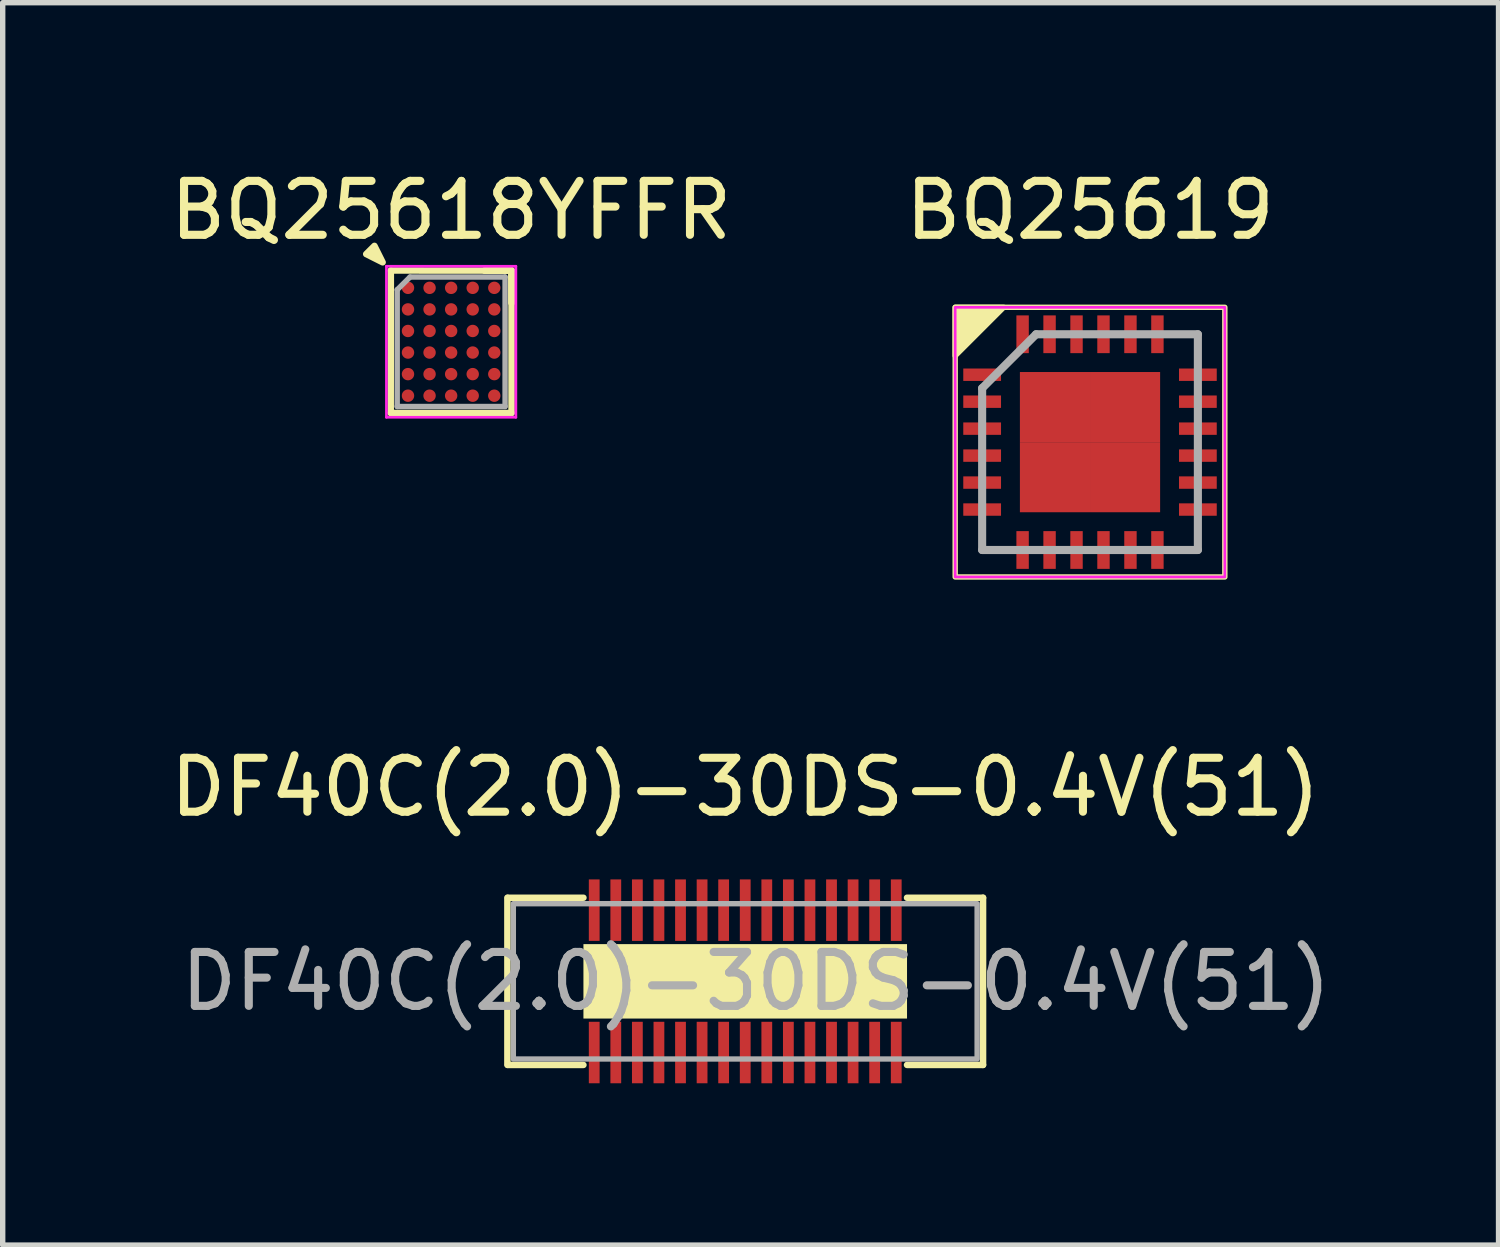
<source format=kicad_pcb>
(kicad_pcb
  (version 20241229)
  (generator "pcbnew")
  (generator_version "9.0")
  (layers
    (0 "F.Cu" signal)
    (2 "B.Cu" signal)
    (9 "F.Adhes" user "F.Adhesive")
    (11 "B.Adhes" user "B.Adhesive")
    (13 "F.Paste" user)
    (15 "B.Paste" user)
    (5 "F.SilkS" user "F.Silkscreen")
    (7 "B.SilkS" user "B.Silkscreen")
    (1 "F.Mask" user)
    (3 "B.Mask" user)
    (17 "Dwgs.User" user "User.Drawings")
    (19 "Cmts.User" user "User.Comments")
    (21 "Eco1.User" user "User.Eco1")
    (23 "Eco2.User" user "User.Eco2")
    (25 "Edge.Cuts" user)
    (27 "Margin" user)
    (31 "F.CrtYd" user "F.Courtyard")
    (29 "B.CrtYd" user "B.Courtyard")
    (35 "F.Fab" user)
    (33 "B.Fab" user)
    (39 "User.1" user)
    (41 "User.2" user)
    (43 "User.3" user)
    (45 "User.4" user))
  (footprint "DF40C(2.0)-30DS-0.4V(51)"
    (layer "F.Cu")
    (at 10.768 15.146)
    (property "Reference" "DF40C(2.0)-30DS-0.4V(51)" (at 0 -3.6 0) (layer "F.SilkS") (effects (font (size 1 1) (thickness 0.15))))
    (attr smd)
    (fp_line (start -4.41 -1.55) (end -4.41 1.55) (stroke (width 0.12) (type solid)) (layer "F.SilkS"))
    (fp_line (start -3 -1.55) (end -4.4 -1.55) (stroke (width 0.12) (type solid)) (layer "F.SilkS"))
    (fp_line (start -3 1.55) (end -4.4 1.55) (stroke (width 0.12) (type solid)) (layer "F.SilkS"))
    (fp_line (start 3 -1.55) (end 4.41 -1.55) (stroke (width 0.12) (type solid)) (layer "F.SilkS"))
    (fp_line (start 3 1.55) (end 4.41 1.55) (stroke (width 0.12) (type solid)) (layer "F.SilkS"))
    (fp_line (start 4.41 1.55) (end 4.41 -1.55) (stroke (width 0.12) (type solid)) (layer "F.SilkS"))
    (fp_rect (start -3 -0.69) (end 3 0.69) (stroke (width 0) (type solid)) (fill yes) (layer "F.SilkS"))
    (fp_rect (start -4.3 -1.44) (end 4.3 1.44) (stroke (width 0.1) (type solid)) (fill no) (layer "F.Fab"))
    (fp_text user "${REFERENCE}" (at 0.2 0 0) (layer "F.Fab") (effects (font (size 1 1) (thickness 0.15))))
    (pad "1" smd rect (at -2.8 1.32) (size 0.2 1.14) (layers "F.Cu" "F.Mask" "F.Paste"))
    (pad "2" smd rect (at -2.4 1.32) (size 0.2 1.14) (layers "F.Cu" "F.Mask" "F.Paste"))
    (pad "3" smd rect (at -2 1.32) (size 0.2 1.14) (layers "F.Cu" "F.Mask" "F.Paste"))
    (pad "4" smd rect (at -1.6 1.32) (size 0.2 1.14) (layers "F.Cu" "F.Mask" "F.Paste"))
    (pad "5" smd rect (at -1.2 1.32) (size 0.2 1.14) (layers "F.Cu" "F.Mask" "F.Paste"))
    (pad "6" smd rect (at -0.8 1.32) (size 0.2 1.14) (layers "F.Cu" "F.Mask" "F.Paste"))
    (pad "7" smd rect (at -0.4 1.32) (size 0.2 1.14) (layers "F.Cu" "F.Mask" "F.Paste"))
    (pad "8" smd rect (at 0 1.32) (size 0.2 1.14) (layers "F.Cu" "F.Mask" "F.Paste"))
    (pad "9" smd rect (at 0.4 1.32) (size 0.2 1.14) (layers "F.Cu" "F.Mask" "F.Paste"))
    (pad "10" smd rect (at 0.8 1.32) (size 0.2 1.14) (layers "F.Cu" "F.Mask" "F.Paste"))
    (pad "11" smd rect (at 1.2 1.32) (size 0.2 1.14) (layers "F.Cu" "F.Mask" "F.Paste"))
    (pad "12" smd rect (at 1.6 1.32) (size 0.2 1.14) (layers "F.Cu" "F.Mask" "F.Paste"))
    (pad "13" smd rect (at 2 1.32) (size 0.2 1.14) (layers "F.Cu" "F.Mask" "F.Paste"))
    (pad "14" smd rect (at 2.4 1.32) (size 0.2 1.14) (layers "F.Cu" "F.Mask" "F.Paste"))
    (pad "15" smd rect (at 2.8 1.32) (size 0.2 1.14) (layers "F.Cu" "F.Mask" "F.Paste"))
    (pad "16" smd rect (at 2.8 -1.32 180) (size 0.2 1.14) (layers "F.Cu" "F.Mask" "F.Paste"))
    (pad "17" smd rect (at 2.4 -1.32 180) (size 0.2 1.14) (layers "F.Cu" "F.Mask" "F.Paste"))
    (pad "18" smd rect (at 2 -1.32 180) (size 0.2 1.14) (layers "F.Cu" "F.Mask" "F.Paste"))
    (pad "19" smd rect (at 1.6 -1.32 180) (size 0.2 1.14) (layers "F.Cu" "F.Mask" "F.Paste"))
    (pad "20" smd rect (at 1.2 -1.32 180) (size 0.2 1.14) (layers "F.Cu" "F.Mask" "F.Paste"))
    (pad "21" smd rect (at 0.8 -1.32 180) (size 0.2 1.14) (layers "F.Cu" "F.Mask" "F.Paste"))
    (pad "22" smd rect (at 0.4 -1.32 180) (size 0.2 1.14) (layers "F.Cu" "F.Mask" "F.Paste"))
    (pad "23" smd rect (at 0 -1.32 180) (size 0.2 1.14) (layers "F.Cu" "F.Mask" "F.Paste"))
    (pad "24" smd rect (at -0.4 -1.32 180) (size 0.2 1.14) (layers "F.Cu" "F.Mask" "F.Paste"))
    (pad "25" smd rect (at -0.8 -1.32 180) (size 0.2 1.14) (layers "F.Cu" "F.Mask" "F.Paste"))
    (pad "26" smd rect (at -1.2 -1.32 180) (size 0.2 1.14) (layers "F.Cu" "F.Mask" "F.Paste"))
    (pad "27" smd rect (at -1.6 -1.32 180) (size 0.2 1.14) (layers "F.Cu" "F.Mask" "F.Paste"))
    (pad "28" smd rect (at -2 -1.32 180) (size 0.2 1.14) (layers "F.Cu" "F.Mask" "F.Paste"))
    (pad "29" smd rect (at -2.4 -1.32 180) (size 0.2 1.14) (layers "F.Cu" "F.Mask" "F.Paste"))
    (pad "30" smd rect (at -2.8 -1.32 180) (size 0.2 1.14) (layers "F.Cu" "F.Mask" "F.Paste")))
  (footprint "BQ25618YFFR"
    (layer "F.Cu")
    (at 5.315 3.287)
    (property "Reference" "BQ25618YFFR" (at 0 -2.438 0) (layer "F.SilkS") (effects (font (size 1 1) (thickness 0.15))))
    (attr through_hole)
    (fp_line (start -1.12 1.32) (end -1.118 -1.321) (stroke (width 0.12) (type solid)) (layer "F.SilkS"))
    (fp_line (start -1.118 -1.321) (end 1.12 -1.32) (stroke (width 0.12) (type solid)) (layer "F.SilkS"))
    (fp_line (start 0.62 -1.32) (end 1.12 -1.32) (stroke (width 0.12) (type solid)) (layer "F.SilkS"))
    (fp_line (start 0.62 -1.32) (end 1.12 -1.32) (stroke (width 0.12) (type solid)) (layer "F.SilkS"))
    (fp_line (start 1.12 -1.32) (end 1.12 -0.72) (stroke (width 0.12) (type solid)) (layer "F.SilkS"))
    (fp_line (start 1.12 -1.32) (end 1.12 -0.72) (stroke (width 0.12) (type solid)) (layer "F.SilkS"))
    (fp_line (start 1.12 -1.32) (end 1.12 1.32) (stroke (width 0.12) (type solid)) (layer "F.SilkS"))
    (fp_line (start 1.12 1.32) (end -1.12 1.32) (stroke (width 0.12) (type solid)) (layer "F.SilkS"))
    (fp_poly (pts (xy -1.27 -1.473) (xy -1.575 -1.626) (xy -1.422 -1.778)) (stroke (width 0.12) (type solid)) (fill yes) (layer "F.SilkS"))
    (fp_line (start -1.2 -1.4) (end 1.2 -1.4) (stroke (width 0.05) (type solid)) (layer "F.CrtYd"))
    (fp_line (start -1.2 1.4) (end -1.2 -1.4) (stroke (width 0.05) (type solid)) (layer "F.CrtYd"))
    (fp_line (start 1.2 -1.4) (end 1.2 1.4) (stroke (width 0.05) (type solid)) (layer "F.CrtYd"))
    (fp_line (start 1.2 1.4) (end -1.2 1.4) (stroke (width 0.05) (type solid)) (layer "F.CrtYd"))
    (fp_line (start -1 -0.965) (end -1 1.2) (stroke (width 0.1) (type solid)) (layer "F.Fab"))
    (fp_line (start -1 1.2) (end 1 1.2) (stroke (width 0.1) (type solid)) (layer "F.Fab"))
    (fp_line (start -0.762 -1.2) (end -1 -0.965) (stroke (width 0.1) (type solid)) (layer "F.Fab"))
    (fp_line (start 1 -1.2) (end -0.762 -1.2) (stroke (width 0.1) (type solid)) (layer "F.Fab"))
    (fp_line (start 1 1.2) (end 1 -1.2) (stroke (width 0.1) (type solid)) (layer "F.Fab"))
    (pad "A1" smd circle (at -0.8 -1) (size 0.23 0.23) (layers "F.Cu" "F.Mask" "F.Paste"))
    (pad "A2" smd circle (at -0.4 -1) (size 0.23 0.23) (layers "F.Cu" "F.Mask" "F.Paste"))
    (pad "A3" smd circle (at 0 -1) (size 0.23 0.23) (layers "F.Cu" "F.Mask" "F.Paste"))
    (pad "A4" smd circle (at 0.4 -1) (size 0.23 0.23) (layers "F.Cu" "F.Mask" "F.Paste"))
    (pad "A5" smd circle (at 0.8 -1) (size 0.23 0.23) (layers "F.Cu" "F.Mask" "F.Paste"))
    (pad "B1" smd circle (at -0.8 -0.6) (size 0.23 0.23) (layers "F.Cu" "F.Mask" "F.Paste"))
    (pad "B2" smd circle (at -0.4 -0.6) (size 0.23 0.23) (layers "F.Cu" "F.Mask" "F.Paste"))
    (pad "B3" smd circle (at 0 -0.6) (size 0.23 0.23) (layers "F.Cu" "F.Mask" "F.Paste"))
    (pad "B4" smd circle (at 0.4 -0.6) (size 0.23 0.23) (layers "F.Cu" "F.Mask" "F.Paste"))
    (pad "B5" smd circle (at 0.8 -0.6) (size 0.23 0.23) (layers "F.Cu" "F.Mask" "F.Paste"))
    (pad "C1" smd circle (at -0.8 -0.2) (size 0.23 0.23) (layers "F.Cu" "F.Mask" "F.Paste"))
    (pad "C2" smd circle (at -0.4 -0.2) (size 0.23 0.23) (layers "F.Cu" "F.Mask" "F.Paste"))
    (pad "C3" smd circle (at 0 -0.2) (size 0.23 0.23) (layers "F.Cu" "F.Mask" "F.Paste"))
    (pad "C4" smd circle (at 0.4 -0.2) (size 0.23 0.23) (layers "F.Cu" "F.Mask" "F.Paste"))
    (pad "C5" smd circle (at 0.8 -0.2) (size 0.23 0.23) (layers "F.Cu" "F.Mask" "F.Paste"))
    (pad "D1" smd circle (at -0.8 0.2) (size 0.23 0.23) (layers "F.Cu" "F.Mask" "F.Paste"))
    (pad "D2" smd circle (at -0.4 0.2) (size 0.23 0.23) (layers "F.Cu" "F.Mask" "F.Paste"))
    (pad "D3" smd circle (at 0 0.2) (size 0.23 0.23) (layers "F.Cu" "F.Mask" "F.Paste"))
    (pad "D4" smd circle (at 0.4 0.2) (size 0.23 0.23) (layers "F.Cu" "F.Mask" "F.Paste"))
    (pad "D5" smd circle (at 0.8 0.2) (size 0.23 0.23) (layers "F.Cu" "F.Mask" "F.Paste"))
    (pad "E1" smd circle (at -0.8 0.6) (size 0.23 0.23) (layers "F.Cu" "F.Mask" "F.Paste"))
    (pad "E2" smd circle (at -0.4 0.6) (size 0.23 0.23) (layers "F.Cu" "F.Mask" "F.Paste"))
    (pad "E3" smd circle (at 0 0.6) (size 0.23 0.23) (layers "F.Cu" "F.Mask" "F.Paste"))
    (pad "E4" smd circle (at 0.4 0.6) (size 0.23 0.23) (layers "F.Cu" "F.Mask" "F.Paste"))
    (pad "E5" smd circle (at 0.8 0.6) (size 0.23 0.23) (layers "F.Cu" "F.Mask" "F.Paste"))
    (pad "F1" smd circle (at -0.8 1) (size 0.23 0.23) (layers "F.Cu" "F.Mask" "F.Paste"))
    (pad "F2" smd circle (at -0.4 1) (size 0.23 0.23) (layers "F.Cu" "F.Mask" "F.Paste"))
    (pad "F3" smd circle (at 0 1) (size 0.23 0.23) (layers "F.Cu" "F.Mask" "F.Paste"))
    (pad "F4" smd circle (at 0.4 1) (size 0.23 0.23) (layers "F.Cu" "F.Mask" "F.Paste"))
    (pad "F5" smd circle (at 0.8 1) (size 0.23 0.23) (layers "F.Cu" "F.Mask" "F.Paste")))
  (footprint "BQ25619"
    (layer "F.Cu")
    (at 17.161 5.148)
    (property "Reference" "BQ25619" (at 0 -4.3 0) (layer "F.SilkS") (effects (font (size 1 1) (thickness 0.15))))
    (attr through_hole)
    (fp_rect (start -2.5 -2.5) (end 2.5 2.5) (stroke (width 0.1) (type solid)) (fill no) (layer "F.SilkS"))
    (fp_poly (pts (xy -2.5 -1.6) (xy -2.5 -2.5) (xy -1.6 -2.5)) (stroke (width 0.1) (type solid)) (fill yes) (layer "F.SilkS"))
    (fp_rect (start -2.5 -2.5) (end 2.5 2.5) (stroke (width 0.05) (type solid)) (fill no) (layer "F.CrtYd"))
    (fp_line (start -2 -1) (end -2 2) (stroke (width 0.15) (type solid)) (layer "F.Fab"))
    (fp_line (start -2 2) (end 2 2) (stroke (width 0.15) (type solid)) (layer "F.Fab"))
    (fp_line (start -1 -2) (end -2 -1) (stroke (width 0.15) (type solid)) (layer "F.Fab"))
    (fp_line (start 2 -2) (end -1 -2) (stroke (width 0.15) (type solid)) (layer "F.Fab"))
    (fp_line (start 2 2) (end 2 -2) (stroke (width 0.15) (type solid)) (layer "F.Fab"))
    (pad "1" smd rect (at -2 -1.25 90) (size 0.23 0.7) (layers "F.Cu" "F.Mask" "F.Paste"))
    (pad "2" smd rect (at -2 -0.75 90) (size 0.23 0.7) (layers "F.Cu" "F.Mask" "F.Paste"))
    (pad "3" smd rect (at -2 -0.25 90) (size 0.23 0.7) (layers "F.Cu" "F.Mask" "F.Paste"))
    (pad "4" smd rect (at -2 0.25 90) (size 0.23 0.7) (layers "F.Cu" "F.Mask" "F.Paste"))
    (pad "5" smd rect (at -2 0.75 90) (size 0.23 0.7) (layers "F.Cu" "F.Mask" "F.Paste"))
    (pad "6" smd rect (at -2 1.25 90) (size 0.23 0.7) (layers "F.Cu" "F.Mask" "F.Paste"))
    (pad "7" smd rect (at -1.25 2) (size 0.23 0.7) (layers "F.Cu" "F.Mask" "F.Paste"))
    (pad "8" smd rect (at -0.75 2) (size 0.23 0.7) (layers "F.Cu" "F.Mask" "F.Paste"))
    (pad "9" smd rect (at -0.25 2) (size 0.23 0.7) (layers "F.Cu" "F.Mask" "F.Paste"))
    (pad "10" smd rect (at 0.25 2) (size 0.23 0.7) (layers "F.Cu" "F.Mask" "F.Paste"))
    (pad "11" smd rect (at 0.75 2) (size 0.23 0.7) (layers "F.Cu" "F.Mask" "F.Paste"))
    (pad "12" smd rect (at 1.25 2) (size 0.23 0.7) (layers "F.Cu" "F.Mask" "F.Paste"))
    (pad "13" smd rect (at 2 1.25 90) (size 0.23 0.7) (layers "F.Cu" "F.Mask" "F.Paste"))
    (pad "14" smd rect (at 2 0.75 90) (size 0.23 0.7) (layers "F.Cu" "F.Mask" "F.Paste"))
    (pad "15" smd rect (at 2 0.25 90) (size 0.23 0.7) (layers "F.Cu" "F.Mask" "F.Paste"))
    (pad "16" smd rect (at 2 -0.25 90) (size 0.23 0.7) (layers "F.Cu" "F.Mask" "F.Paste"))
    (pad "17" smd rect (at 2 -0.75 90) (size 0.23 0.7) (layers "F.Cu" "F.Mask" "F.Paste"))
    (pad "18" smd rect (at 2 -1.25 90) (size 0.23 0.7) (layers "F.Cu" "F.Mask" "F.Paste"))
    (pad "19" smd rect (at 1.25 -2) (size 0.23 0.7) (layers "F.Cu" "F.Mask" "F.Paste"))
    (pad "20" smd rect (at 0.75 -2) (size 0.23 0.7) (layers "F.Cu" "F.Mask" "F.Paste"))
    (pad "21" smd rect (at 0.25 -2) (size 0.23 0.7) (layers "F.Cu" "F.Mask" "F.Paste"))
    (pad "22" smd rect (at -0.25 -2) (size 0.23 0.7) (layers "F.Cu" "F.Mask" "F.Paste"))
    (pad "23" smd rect (at -0.75 -2) (size 0.23 0.7) (layers "F.Cu" "F.Mask" "F.Paste"))
    (pad "24" smd rect (at -1.25 -2) (size 0.23 0.7) (layers "F.Cu" "F.Mask" "F.Paste"))
    (pad "25" smd rect (at -0.65 -0.65) (size 1.3 1.3) (layers "F.Cu" "F.Mask" "F.Paste"))
    (pad "25" smd rect (at -0.65 0.65) (size 1.3 1.3) (layers "F.Cu" "F.Mask" "F.Paste"))
    (pad "25" smd rect (at 0.65 -0.65) (size 1.3 1.3) (layers "F.Cu" "F.Mask" "F.Paste"))
    (pad "25" smd rect (at 0.65 0.65) (size 1.3 1.3) (layers "F.Cu" "F.Mask" "F.Paste")))
  (gr_rect
    (start -3 -3)
    (end 24.736 20.037)
    (stroke (width 0.1) (type default))
    (fill no)
    (layer "Edge.Cuts")))
</source>
